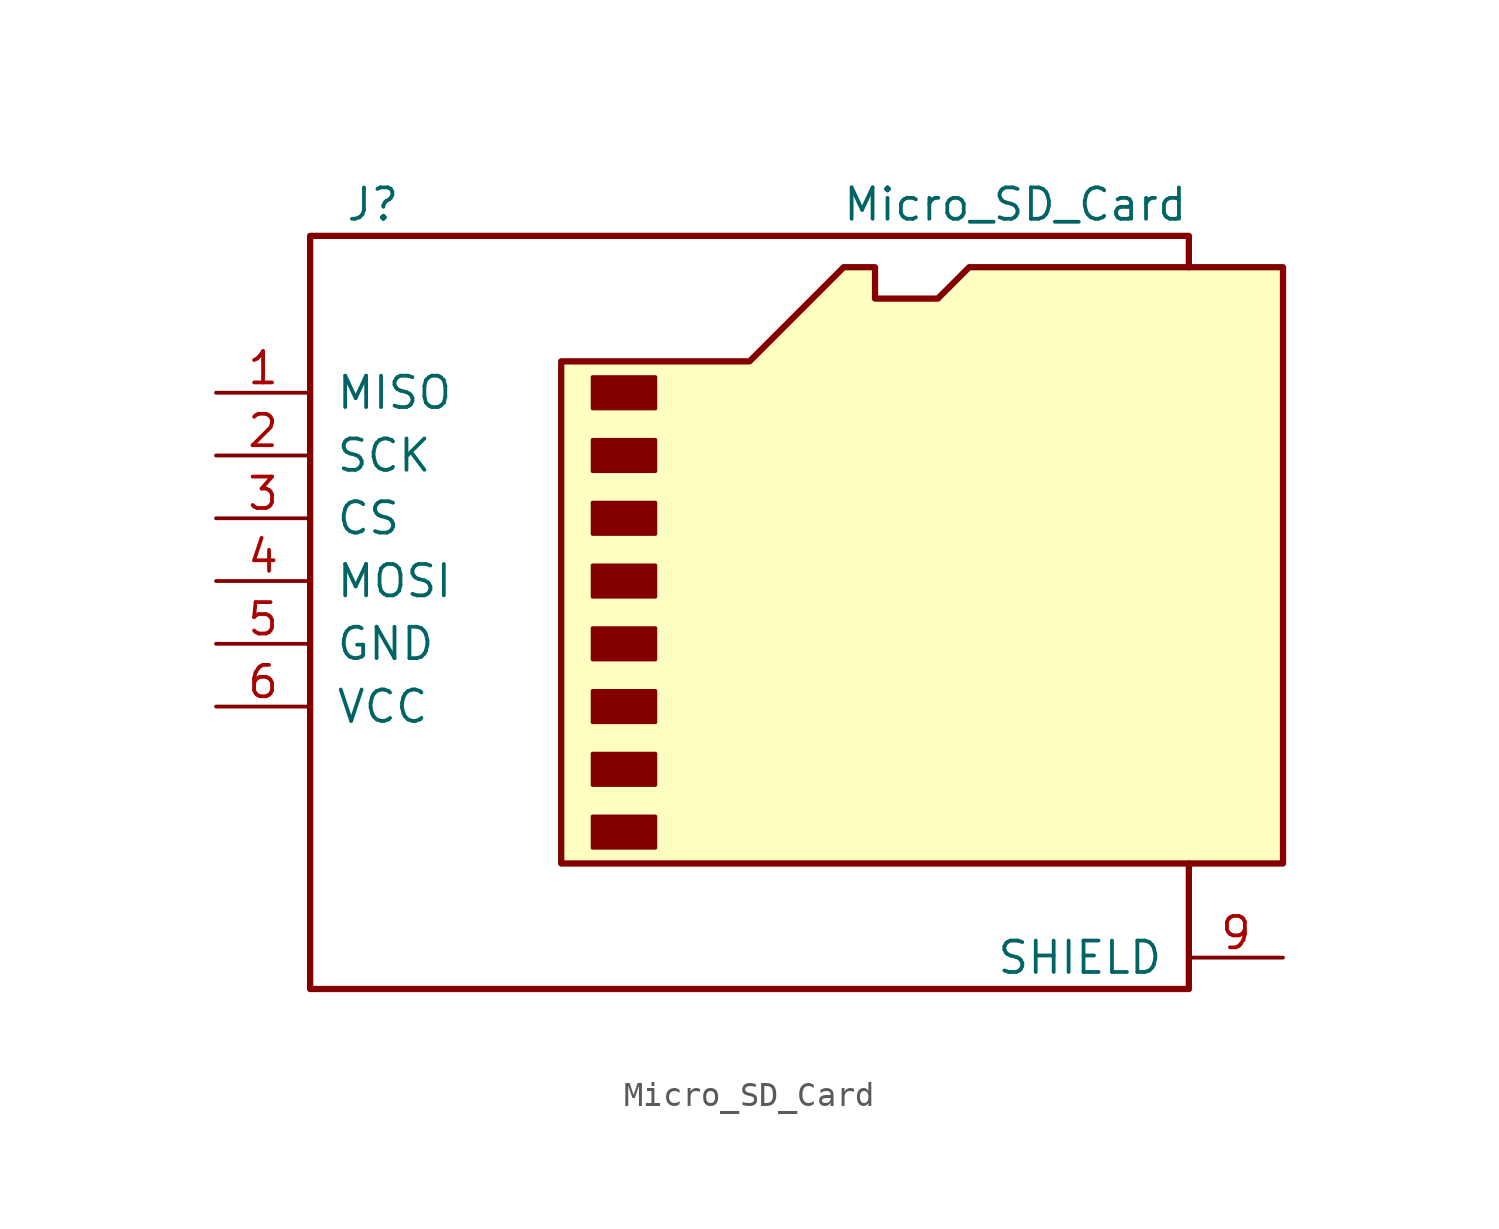
<source format=kicad_sym>
(kicad_symbol_lib
  (version 20220914)
  (generator kicad_symbol_editor)
  (symbol "Micro_SD_Card"
    (pin_names
      (offset 1.016))
    (property "Reference" "J"
      (at -16.51 15.24 0)
      (effects (font (size 1.27 1.27))))
    (property "Value" "Micro_SD_Card"
      (at 16.51 15.24 0)
      (effects (font (size 1.27 1.27)) (justify right)))
    (symbol "Micro_SD_Card_0_1"
      (rectangle (start -7.62 -9.525) (end -5.08 -10.795) (stroke (width 0) (type default)) (fill (type outline)))
      (rectangle (start -7.62 -6.985) (end -5.08 -8.255) (stroke (width 0) (type default)) (fill (type outline)))
      (rectangle (start -7.62 -4.445) (end -5.08 -5.715) (stroke (width 0) (type default)) (fill (type outline)))
      (rectangle (start -7.62 -1.905) (end -5.08 -3.175) (stroke (width 0) (type default)) (fill (type outline)))
      (rectangle (start -7.62 0.635) (end -5.08 -0.635) (stroke (width 0) (type default)) (fill (type outline)))
      (rectangle (start -7.62 3.175) (end -5.08 1.905) (stroke (width 0) (type default)) (fill (type outline)))
      (rectangle (start -7.62 5.715) (end -5.08 4.445) (stroke (width 0) (type default)) (fill (type outline)))
      (rectangle (start -7.62 8.255) (end -5.08 6.985) (stroke (width 0) (type default)) (fill (type outline)))
      (polyline (pts (xy 16.51 12.7) (xy 16.51 13.97) (xy -19.05 13.97) (xy -19.05 -16.51) (xy 16.51 -16.51) (xy 16.51 -11.43)) (stroke (width 0.254) (type default)) (fill (type none)))
      (polyline (pts (xy -8.89 -11.43) (xy -8.89 8.89) (xy -1.27 8.89) (xy 2.54 12.7) (xy 3.81 12.7) (xy 3.81 11.43) (xy 6.35 11.43) (xy 7.62 12.7) (xy 20.32 12.7) (xy 20.32 -11.43) (xy -8.89 -11.43)) (stroke (width 0.254) (type default)) (fill (type background))))
    (symbol "Micro_SD_Card_1_1"
      (pin output line (at -22.86 7.62 0) (length 3.81) (name "MISO" (effects (font (size 1.27 1.27)))) (number "1" (effects (font (size 1.27 1.27)))))
      (pin input line (at -22.86 5.08 0) (length 3.81) (name "SCK" (effects (font (size 1.27 1.27)))) (number "2" (effects (font (size 1.27 1.27)))))
      (pin input line (at -22.86 2.54 0) (length 3.81) (name "CS" (effects (font (size 1.27 1.27)))) (number "3" (effects (font (size 1.27 1.27)))))
      (pin input line (at -22.86 0 0) (length 3.81) (name "MOSI" (effects (font (size 1.27 1.27)))) (number "4" (effects (font (size 1.27 1.27)))))
      (pin power_in line (at -22.86 -2.54 0) (length 3.81) (name "GND" (effects (font (size 1.27 1.27)))) (number "5" (effects (font (size 1.27 1.27)))))
      (pin power_in line (at -22.86 -5.08 0) (length 3.81) (name "VCC" (effects (font (size 1.27 1.27)))) (number "6" (effects (font (size 1.27 1.27)))))
      (pin passive line (at 20.32 -15.24 180) (length 3.81) (name "SHIELD" (effects (font (size 1.27 1.27)))) (number "9" (effects (font (size 1.27 1.27))))))))
</source>
